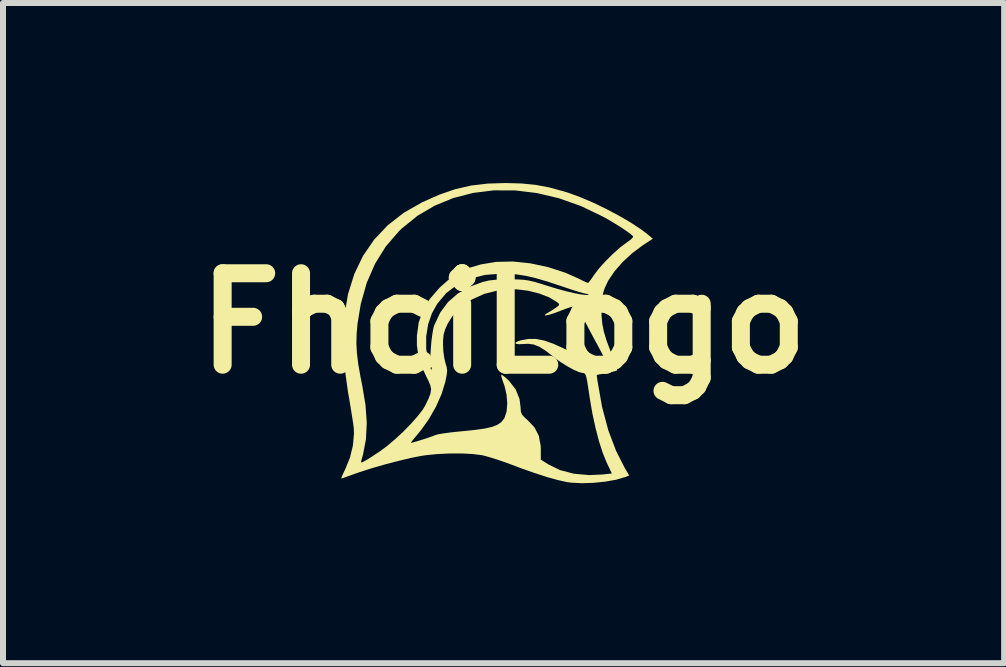
<source format=kicad_pcb>
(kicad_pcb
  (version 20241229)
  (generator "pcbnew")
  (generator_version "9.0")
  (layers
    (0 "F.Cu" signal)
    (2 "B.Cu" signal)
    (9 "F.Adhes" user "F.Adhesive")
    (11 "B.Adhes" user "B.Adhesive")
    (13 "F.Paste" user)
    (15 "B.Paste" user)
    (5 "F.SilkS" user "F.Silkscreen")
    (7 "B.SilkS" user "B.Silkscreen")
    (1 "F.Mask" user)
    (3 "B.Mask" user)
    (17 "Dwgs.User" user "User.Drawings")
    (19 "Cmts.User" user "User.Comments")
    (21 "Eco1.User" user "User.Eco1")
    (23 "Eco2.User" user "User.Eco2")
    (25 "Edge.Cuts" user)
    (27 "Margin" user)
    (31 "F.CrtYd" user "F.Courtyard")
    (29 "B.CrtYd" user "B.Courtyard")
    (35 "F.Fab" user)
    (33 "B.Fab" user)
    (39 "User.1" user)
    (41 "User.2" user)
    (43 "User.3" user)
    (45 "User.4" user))
  (footprint "FhciLogo"
    (layer "F.Cu")
    (at 5.341 2.338)
    (property "Reference" "FhciLogo" (at 0 0 0) (layer "F.SilkS") (effects (font (size 1.524 1.524) (thickness 0.3))))
    (attr board_only exclude_from_pos_files exclude_from_bom)
    (fp_poly (pts (xy 0.293 -2.331) (xy 0.531 -2.308) (xy 0.761 -2.265) (xy 1.003 -2.199) (xy 1.093 -2.171) (xy 1.288 -2.099) (xy 1.501 -2.008) (xy 1.719 -1.902) (xy 1.932 -1.789) (xy 2.128 -1.674) (xy 2.295 -1.564) (xy 2.401 -1.483) (xy 2.487 -1.41) (xy 2.317 -1.298) (xy 2.147 -1.171) (xy 1.987 -1.024) (xy 1.851 -0.869) (xy 1.748 -0.717) (xy 1.728 -0.678) (xy 1.685 -0.584) (xy 1.658 -0.5) (xy 1.643 -0.406) (xy 1.635 -0.282) (xy 1.634 -0.274) (xy 1.633 -0.13) (xy 1.645 0.004) (xy 1.672 0.139) (xy 1.717 0.289) (xy 1.784 0.467) (xy 1.809 0.529) (xy 1.849 0.632) (xy 1.878 0.716) (xy 1.893 0.771) (xy 1.892 0.786) (xy 1.86 0.796) (xy 1.792 0.812) (xy 1.714 0.828) (xy 1.552 0.86) (xy 1.567 0.967) (xy 1.642 1.393) (xy 1.745 1.78) (xy 1.875 2.125) (xy 2.019 2.408) (xy 2.095 2.536) (xy 2.024 2.563) (xy 1.876 2.606) (xy 1.695 2.638) (xy 1.498 2.658) (xy 1.302 2.664) (xy 1.126 2.655) (xy 1.06 2.646) (xy 0.91 2.613) (xy 0.723 2.561) (xy 0.51 2.492) (xy 0.278 2.41) (xy 0.194 2.378) (xy 0.047 2.323) (xy -0.099 2.273) (xy -0.229 2.232) (xy -0.33 2.204) (xy -0.362 2.197) (xy -0.513 2.178) (xy -0.699 2.168) (xy -0.903 2.169) (xy -1.108 2.179) (xy -1.298 2.198) (xy -1.371 2.209) (xy -1.549 2.244) (xy -1.757 2.294) (xy -1.979 2.352) (xy -2.197 2.415) (xy -2.394 2.478) (xy -2.488 2.511) (xy -2.583 2.545) (xy -2.658 2.572) (xy -2.7 2.585) (xy -2.705 2.587) (xy -2.7 2.566) (xy -2.676 2.51) (xy -2.639 2.433) (xy -2.637 2.428) (xy -2.559 2.237) (xy -2.51 2.034) (xy -2.492 1.838) (xy -2.496 1.746) (xy -2.506 1.668) (xy -2.524 1.552) (xy -2.547 1.409) (xy -2.573 1.252) (xy -2.593 1.138) (xy -2.655 0.687) (xy -2.672 0.334) (xy -2.452 0.334) (xy -2.443 0.498) (xy -2.421 0.68) (xy -2.384 0.89) (xy -2.355 1.035) (xy -2.3 1.363) (xy -2.279 1.659) (xy -2.293 1.932) (xy -2.342 2.189) (xy -2.369 2.282) (xy -2.375 2.316) (xy -2.355 2.316) (xy -2.324 2.3) (xy -2.275 2.272) (xy -2.197 2.223) (xy -2.105 2.162) (xy -2.069 2.139) (xy -1.944 2.047) (xy -1.879 1.992) (xy -1.546 1.992) (xy -1.508 1.984) (xy -1.438 1.964) (xy -1.35 1.937) (xy -1.261 1.908) (xy -1.186 1.882) (xy -1.141 1.864) (xy -1.139 1.863) (xy -1.094 1.85) (xy -1.008 1.835) (xy -0.891 1.819) (xy -0.753 1.804) (xy -0.668 1.796) (xy -0.466 1.775) (xy -0.308 1.752) (xy -0.189 1.725) (xy -0.101 1.69) (xy -0.039 1.647) (xy 0.006 1.592) (xy 0.017 1.574) (xy 0.051 1.469) (xy 0.062 1.335) (xy 0.05 1.188) (xy 0.017 1.045) (xy 0.004 1.01) (xy -0.023 0.933) (xy -0.038 0.877) (xy -0.038 0.857) (xy -0.014 0.867) (xy 0.034 0.905) (xy 0.09 0.957) (xy 0.202 1.1) (xy 0.267 1.263) (xy 0.285 1.409) (xy 0.289 1.475) (xy 0.311 1.525) (xy 0.36 1.577) (xy 0.398 1.61) (xy 0.516 1.734) (xy 0.588 1.875) (xy 0.619 2.042) (xy 0.621 2.101) (xy 0.621 2.271) (xy 0.744 2.349) (xy 0.942 2.446) (xy 1.172 2.506) (xy 1.426 2.529) (xy 1.649 2.519) (xy 1.805 2.502) (xy 1.717 2.317) (xy 1.654 2.161) (xy 1.591 1.967) (xy 1.533 1.744) (xy 1.481 1.504) (xy 1.439 1.261) (xy 1.436 1.242) (xy 1.413 1.087) (xy 1.396 0.977) (xy 1.381 0.903) (xy 1.367 0.859) (xy 1.352 0.836) (xy 1.333 0.828) (xy 1.32 0.828) (xy 1.259 0.813) (xy 1.169 0.774) (xy 1.063 0.716) (xy 0.954 0.648) (xy 0.853 0.576) (xy 0.828 0.555) (xy 0.699 0.455) (xy 0.594 0.389) (xy 0.499 0.352) (xy 0.406 0.341) (xy 0.344 0.344) (xy 0.254 0.348) (xy 0.204 0.34) (xy 0.199 0.322) (xy 0.24 0.299) (xy 0.29 0.283) (xy 0.415 0.26) (xy 0.54 0.26) (xy 0.675 0.286) (xy 0.83 0.34) (xy 1.013 0.423) (xy 1.071 0.451) (xy 1.244 0.536) (xy 1.382 0.595) (xy 1.491 0.63) (xy 1.558 0.644) (xy 1.64 0.651) (xy 1.693 0.649) (xy 1.707 0.641) (xy 1.695 0.611) (xy 1.663 0.545) (xy 1.614 0.452) (xy 1.555 0.341) (xy 1.539 0.313) (xy 1.47 0.184) (xy 1.403 0.057) (xy 1.345 -0.054) (xy 1.306 -0.136) (xy 1.305 -0.138) (xy 1.267 -0.214) (xy 1.232 -0.26) (xy 1.188 -0.279) (xy 1.125 -0.272) (xy 1.032 -0.241) (xy 0.944 -0.207) (xy 0.838 -0.167) (xy 0.756 -0.142) (xy 0.703 -0.131) (xy 0.685 -0.135) (xy 0.707 -0.157) (xy 0.739 -0.176) (xy 0.815 -0.222) (xy 0.881 -0.266) (xy 0.923 -0.301) (xy 0.926 -0.323) (xy 0.892 -0.353) (xy 0.762 -0.432) (xy 0.597 -0.496) (xy 0.412 -0.543) (xy 0.222 -0.566) (xy 0.147 -0.569) (xy -0.096 -0.548) (xy -0.325 -0.489) (xy -0.532 -0.395) (xy -0.71 -0.271) (xy -0.852 -0.12) (xy -0.93 0.005) (xy -0.975 0.105) (xy -0.999 0.192) (xy -1.008 0.291) (xy -1.009 0.352) (xy -1.003 0.468) (xy -0.987 0.581) (xy -0.968 0.661) (xy -0.948 0.728) (xy -0.94 0.786) (xy -0.946 0.852) (xy -0.964 0.945) (xy -0.97 0.974) (xy -1.031 1.174) (xy -1.125 1.387) (xy -1.244 1.596) (xy -1.377 1.783) (xy -1.396 1.805) (xy -1.462 1.885) (xy -1.514 1.948) (xy -1.542 1.985) (xy -1.546 1.992) (xy -1.879 1.992) (xy -1.809 1.933) (xy -1.672 1.806) (xy -1.544 1.675) (xy -1.433 1.55) (xy -1.347 1.439) (xy -1.306 1.371) (xy -1.249 1.254) (xy -1.217 1.167) (xy -1.207 1.097) (xy -1.221 1.029) (xy -1.256 0.948) (xy -1.278 0.906) (xy -1.35 0.75) (xy -1.216 0.75) (xy -1.206 0.771) (xy -1.198 0.767) (xy -1.195 0.737) (xy -1.198 0.733) (xy -1.214 0.736) (xy -1.216 0.75) (xy -1.35 0.75) (xy -1.366 0.716) (xy -1.42 0.542) (xy -1.436 0.422) (xy -1.289 0.422) (xy -1.265 0.572) (xy -1.229 0.711) (xy -1.212 0.427) (xy -1.202 0.298) (xy -1.186 0.177) (xy -1.169 0.081) (xy -1.156 0.036) (xy -1.056 -0.178) (xy -0.925 -0.355) (xy -0.759 -0.499) (xy -0.554 -0.613) (xy -0.348 -0.689) (xy -0.242 -0.714) (xy -0.116 -0.728) (xy 0.043 -0.734) (xy 0.103 -0.734) (xy 0.231 -0.732) (xy 0.332 -0.726) (xy 0.421 -0.713) (xy 0.517 -0.691) (xy 0.634 -0.656) (xy 0.73 -0.625) (xy 0.885 -0.578) (xy 1.035 -0.537) (xy 1.172 -0.504) (xy 1.286 -0.482) (xy 1.37 -0.472) (xy 1.414 -0.475) (xy 1.417 -0.477) (xy 1.408 -0.489) (xy 1.382 -0.492) (xy 1.341 -0.5) (xy 1.261 -0.522) (xy 1.152 -0.556) (xy 1.024 -0.599) (xy 0.959 -0.621) (xy 0.732 -0.696) (xy 0.54 -0.752) (xy 0.373 -0.791) (xy 0.219 -0.815) (xy 0.066 -0.826) (xy -0.032 -0.828) (xy -0.308 -0.807) (xy -0.555 -0.745) (xy -0.771 -0.644) (xy -0.955 -0.504) (xy -1.105 -0.325) (xy -1.194 -0.166) (xy -1.256 0.015) (xy -1.289 0.218) (xy -1.289 0.422) (xy -1.436 0.422) (xy -1.444 0.366) (xy -1.444 0.208) (xy -1.414 -0.013) (xy -1.343 -0.215) (xy -1.229 -0.406) (xy -1.067 -0.592) (xy -1.053 -0.606) (xy -0.894 -0.746) (xy -0.735 -0.85) (xy -0.557 -0.929) (xy -0.377 -0.982) (xy -0.124 -1.024) (xy 0.154 -1.03) (xy 0.446 -1) (xy 0.742 -0.937) (xy 1.031 -0.843) (xy 1.247 -0.747) (xy 1.325 -0.708) (xy 1.384 -0.682) (xy 1.408 -0.673) (xy 1.427 -0.692) (xy 1.466 -0.744) (xy 1.511 -0.81) (xy 1.592 -0.916) (xy 1.7 -1.036) (xy 1.822 -1.157) (xy 1.943 -1.265) (xy 2.051 -1.346) (xy 2.064 -1.355) (xy 2.124 -1.399) (xy 2.157 -1.435) (xy 2.159 -1.45) (xy 2.125 -1.482) (xy 2.056 -1.533) (xy 1.961 -1.597) (xy 1.85 -1.666) (xy 1.733 -1.736) (xy 1.655 -1.779) (xy 1.291 -1.954) (xy 0.924 -2.084) (xy 0.556 -2.171) (xy 0.193 -2.215) (xy -0.163 -2.216) (xy -0.507 -2.173) (xy -0.837 -2.088) (xy -1.147 -1.961) (xy -1.434 -1.792) (xy -1.695 -1.581) (xy -1.743 -1.535) (xy -1.962 -1.281) (xy -2.14 -0.995) (xy -2.28 -0.675) (xy -2.379 -0.323) (xy -2.433 0.004) (xy -2.448 0.173) (xy -2.452 0.334) (xy -2.672 0.334) (xy -2.675 0.265) (xy -2.653 -0.127) (xy -2.591 -0.49) (xy -2.487 -0.822) (xy -2.342 -1.124) (xy -2.156 -1.395) (xy -1.93 -1.634) (xy -1.663 -1.842) (xy -1.358 -2.016) (xy -1.073 -2.143) (xy -0.807 -2.235) (xy -0.542 -2.296) (xy -0.262 -2.329) (xy 0.026 -2.338)) (stroke (width 0) (type solid)) (fill yes) (layer "F.SilkS")))
  (gr_rect
    (start -3 -3)
    (end 13.683 8.002)
    (stroke (width 0.1) (type default))
    (fill no)
    (layer "Edge.Cuts")))
</source>
